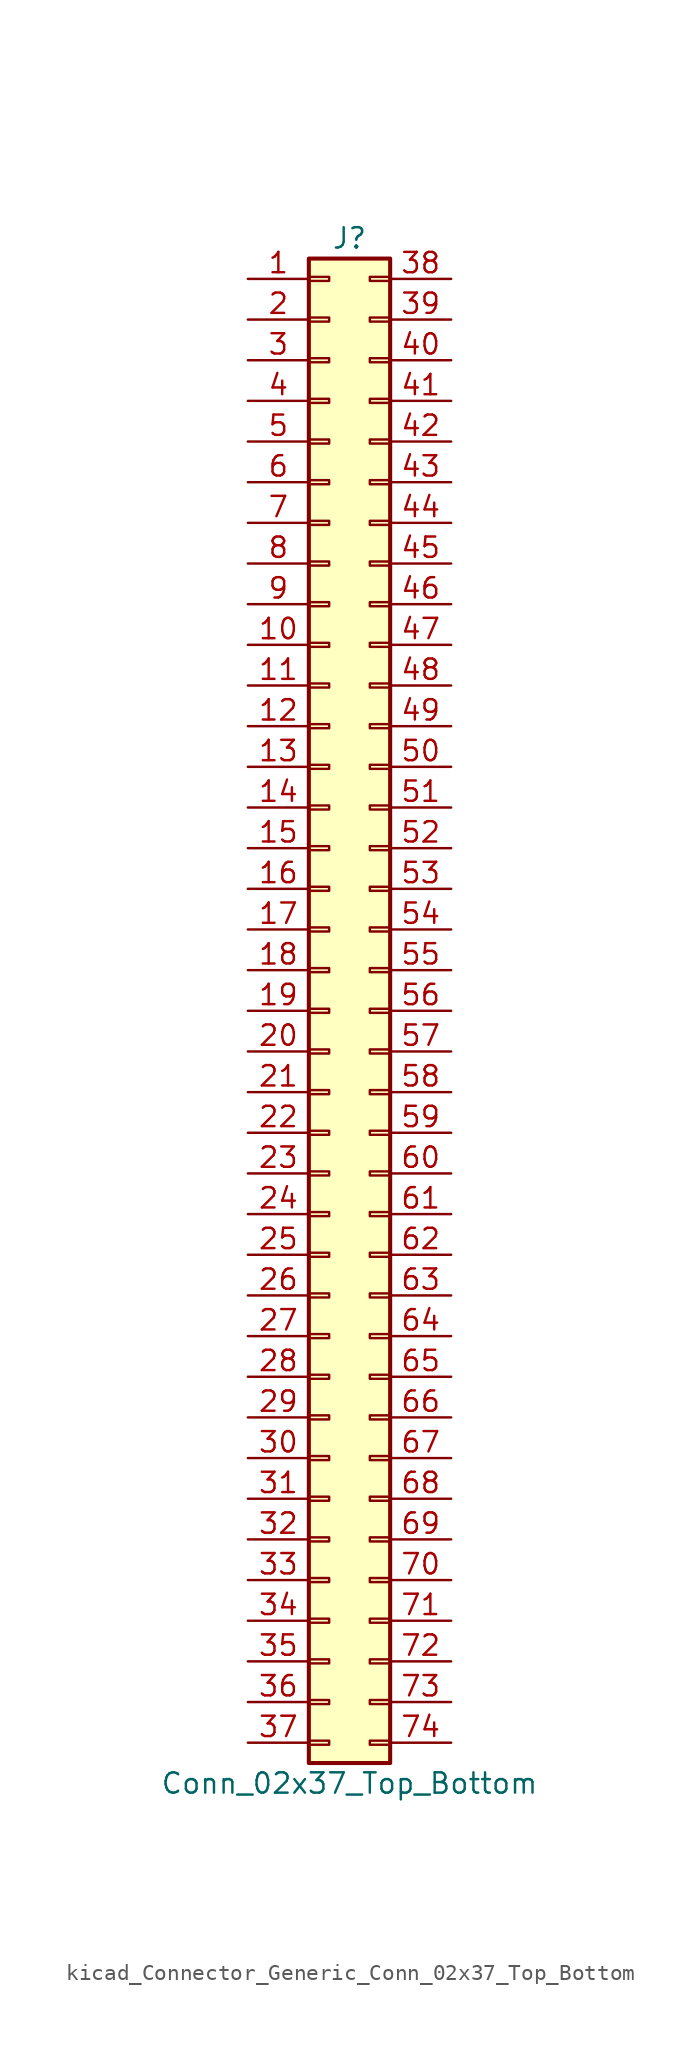
<source format=kicad_sym>
(kicad_symbol_lib
  (version 20220914)
  (generator kicad_symbol_editor)
  (symbol "kicad_Connector_Generic_Conn_02x37_Top_Bottom"
    (pin_names
      (offset 1.016) hide)
    (property "Reference" "J"
      (at 1.27 48.26 0)
      (effects (font (size 1.27 1.27))))
    (property "Value" "Conn_02x37_Top_Bottom"
      (at 1.27 -48.26 0)
      (effects (font (size 1.27 1.27))))
    (symbol "kicad_Connector_Generic_Conn_02x37_Top_Bottom_1_1"
      (rectangle (start -1.27 -45.593) (end 0 -45.847) (stroke (width 0.152) (type default)) (fill (type none)))
      (rectangle (start -1.27 -43.053) (end 0 -43.307) (stroke (width 0.152) (type default)) (fill (type none)))
      (rectangle (start -1.27 -40.513) (end 0 -40.767) (stroke (width 0.152) (type default)) (fill (type none)))
      (rectangle (start -1.27 -37.973) (end 0 -38.227) (stroke (width 0.152) (type default)) (fill (type none)))
      (rectangle (start -1.27 -35.433) (end 0 -35.687) (stroke (width 0.152) (type default)) (fill (type none)))
      (rectangle (start -1.27 -32.893) (end 0 -33.147) (stroke (width 0.152) (type default)) (fill (type none)))
      (rectangle (start -1.27 -30.353) (end 0 -30.607) (stroke (width 0.152) (type default)) (fill (type none)))
      (rectangle (start -1.27 -27.813) (end 0 -28.067) (stroke (width 0.152) (type default)) (fill (type none)))
      (rectangle (start -1.27 -25.273) (end 0 -25.527) (stroke (width 0.152) (type default)) (fill (type none)))
      (rectangle (start -1.27 -22.733) (end 0 -22.987) (stroke (width 0.152) (type default)) (fill (type none)))
      (rectangle (start -1.27 -20.193) (end 0 -20.447) (stroke (width 0.152) (type default)) (fill (type none)))
      (rectangle (start -1.27 -17.653) (end 0 -17.907) (stroke (width 0.152) (type default)) (fill (type none)))
      (rectangle (start -1.27 -15.113) (end 0 -15.367) (stroke (width 0.152) (type default)) (fill (type none)))
      (rectangle (start -1.27 -12.573) (end 0 -12.827) (stroke (width 0.152) (type default)) (fill (type none)))
      (rectangle (start -1.27 -10.033) (end 0 -10.287) (stroke (width 0.152) (type default)) (fill (type none)))
      (rectangle (start -1.27 -7.493) (end 0 -7.747) (stroke (width 0.152) (type default)) (fill (type none)))
      (rectangle (start -1.27 -4.953) (end 0 -5.207) (stroke (width 0.152) (type default)) (fill (type none)))
      (rectangle (start -1.27 -2.413) (end 0 -2.667) (stroke (width 0.152) (type default)) (fill (type none)))
      (rectangle (start -1.27 0.127) (end 0 -0.127) (stroke (width 0.152) (type default)) (fill (type none)))
      (rectangle (start -1.27 2.667) (end 0 2.413) (stroke (width 0.152) (type default)) (fill (type none)))
      (rectangle (start -1.27 5.207) (end 0 4.953) (stroke (width 0.152) (type default)) (fill (type none)))
      (rectangle (start -1.27 7.747) (end 0 7.493) (stroke (width 0.152) (type default)) (fill (type none)))
      (rectangle (start -1.27 10.287) (end 0 10.033) (stroke (width 0.152) (type default)) (fill (type none)))
      (rectangle (start -1.27 12.827) (end 0 12.573) (stroke (width 0.152) (type default)) (fill (type none)))
      (rectangle (start -1.27 15.367) (end 0 15.113) (stroke (width 0.152) (type default)) (fill (type none)))
      (rectangle (start -1.27 17.907) (end 0 17.653) (stroke (width 0.152) (type default)) (fill (type none)))
      (rectangle (start -1.27 20.447) (end 0 20.193) (stroke (width 0.152) (type default)) (fill (type none)))
      (rectangle (start -1.27 22.987) (end 0 22.733) (stroke (width 0.152) (type default)) (fill (type none)))
      (rectangle (start -1.27 25.527) (end 0 25.273) (stroke (width 0.152) (type default)) (fill (type none)))
      (rectangle (start -1.27 28.067) (end 0 27.813) (stroke (width 0.152) (type default)) (fill (type none)))
      (rectangle (start -1.27 30.607) (end 0 30.353) (stroke (width 0.152) (type default)) (fill (type none)))
      (rectangle (start -1.27 33.147) (end 0 32.893) (stroke (width 0.152) (type default)) (fill (type none)))
      (rectangle (start -1.27 35.687) (end 0 35.433) (stroke (width 0.152) (type default)) (fill (type none)))
      (rectangle (start -1.27 38.227) (end 0 37.973) (stroke (width 0.152) (type default)) (fill (type none)))
      (rectangle (start -1.27 40.767) (end 0 40.513) (stroke (width 0.152) (type default)) (fill (type none)))
      (rectangle (start -1.27 43.307) (end 0 43.053) (stroke (width 0.152) (type default)) (fill (type none)))
      (rectangle (start -1.27 45.847) (end 0 45.593) (stroke (width 0.152) (type default)) (fill (type none)))
      (rectangle (start -1.27 46.99) (end 3.81 -46.99) (stroke (width 0.254) (type default)) (fill (type background)))
      (rectangle (start 3.81 -45.593) (end 2.54 -45.847) (stroke (width 0.152) (type default)) (fill (type none)))
      (rectangle (start 3.81 -43.053) (end 2.54 -43.307) (stroke (width 0.152) (type default)) (fill (type none)))
      (rectangle (start 3.81 -40.513) (end 2.54 -40.767) (stroke (width 0.152) (type default)) (fill (type none)))
      (rectangle (start 3.81 -37.973) (end 2.54 -38.227) (stroke (width 0.152) (type default)) (fill (type none)))
      (rectangle (start 3.81 -35.433) (end 2.54 -35.687) (stroke (width 0.152) (type default)) (fill (type none)))
      (rectangle (start 3.81 -32.893) (end 2.54 -33.147) (stroke (width 0.152) (type default)) (fill (type none)))
      (rectangle (start 3.81 -30.353) (end 2.54 -30.607) (stroke (width 0.152) (type default)) (fill (type none)))
      (rectangle (start 3.81 -27.813) (end 2.54 -28.067) (stroke (width 0.152) (type default)) (fill (type none)))
      (rectangle (start 3.81 -25.273) (end 2.54 -25.527) (stroke (width 0.152) (type default)) (fill (type none)))
      (rectangle (start 3.81 -22.733) (end 2.54 -22.987) (stroke (width 0.152) (type default)) (fill (type none)))
      (rectangle (start 3.81 -20.193) (end 2.54 -20.447) (stroke (width 0.152) (type default)) (fill (type none)))
      (rectangle (start 3.81 -17.653) (end 2.54 -17.907) (stroke (width 0.152) (type default)) (fill (type none)))
      (rectangle (start 3.81 -15.113) (end 2.54 -15.367) (stroke (width 0.152) (type default)) (fill (type none)))
      (rectangle (start 3.81 -12.573) (end 2.54 -12.827) (stroke (width 0.152) (type default)) (fill (type none)))
      (rectangle (start 3.81 -10.033) (end 2.54 -10.287) (stroke (width 0.152) (type default)) (fill (type none)))
      (rectangle (start 3.81 -7.493) (end 2.54 -7.747) (stroke (width 0.152) (type default)) (fill (type none)))
      (rectangle (start 3.81 -4.953) (end 2.54 -5.207) (stroke (width 0.152) (type default)) (fill (type none)))
      (rectangle (start 3.81 -2.413) (end 2.54 -2.667) (stroke (width 0.152) (type default)) (fill (type none)))
      (rectangle (start 3.81 0.127) (end 2.54 -0.127) (stroke (width 0.152) (type default)) (fill (type none)))
      (rectangle (start 3.81 2.667) (end 2.54 2.413) (stroke (width 0.152) (type default)) (fill (type none)))
      (rectangle (start 3.81 5.207) (end 2.54 4.953) (stroke (width 0.152) (type default)) (fill (type none)))
      (rectangle (start 3.81 7.747) (end 2.54 7.493) (stroke (width 0.152) (type default)) (fill (type none)))
      (rectangle (start 3.81 10.287) (end 2.54 10.033) (stroke (width 0.152) (type default)) (fill (type none)))
      (rectangle (start 3.81 12.827) (end 2.54 12.573) (stroke (width 0.152) (type default)) (fill (type none)))
      (rectangle (start 3.81 15.367) (end 2.54 15.113) (stroke (width 0.152) (type default)) (fill (type none)))
      (rectangle (start 3.81 17.907) (end 2.54 17.653) (stroke (width 0.152) (type default)) (fill (type none)))
      (rectangle (start 3.81 20.447) (end 2.54 20.193) (stroke (width 0.152) (type default)) (fill (type none)))
      (rectangle (start 3.81 22.987) (end 2.54 22.733) (stroke (width 0.152) (type default)) (fill (type none)))
      (rectangle (start 3.81 25.527) (end 2.54 25.273) (stroke (width 0.152) (type default)) (fill (type none)))
      (rectangle (start 3.81 28.067) (end 2.54 27.813) (stroke (width 0.152) (type default)) (fill (type none)))
      (rectangle (start 3.81 30.607) (end 2.54 30.353) (stroke (width 0.152) (type default)) (fill (type none)))
      (rectangle (start 3.81 33.147) (end 2.54 32.893) (stroke (width 0.152) (type default)) (fill (type none)))
      (rectangle (start 3.81 35.687) (end 2.54 35.433) (stroke (width 0.152) (type default)) (fill (type none)))
      (rectangle (start 3.81 38.227) (end 2.54 37.973) (stroke (width 0.152) (type default)) (fill (type none)))
      (rectangle (start 3.81 40.767) (end 2.54 40.513) (stroke (width 0.152) (type default)) (fill (type none)))
      (rectangle (start 3.81 43.307) (end 2.54 43.053) (stroke (width 0.152) (type default)) (fill (type none)))
      (rectangle (start 3.81 45.847) (end 2.54 45.593) (stroke (width 0.152) (type default)) (fill (type none)))
      (pin passive line (at -5.08 45.72 0) (length 3.81) (name "Pin_1" (effects (font (size 1.27 1.27)))) (number "1" (effects (font (size 1.27 1.27)))))
      (pin passive line (at -5.08 22.86 0) (length 3.81) (name "Pin_10" (effects (font (size 1.27 1.27)))) (number "10" (effects (font (size 1.27 1.27)))))
      (pin passive line (at -5.08 20.32 0) (length 3.81) (name "Pin_11" (effects (font (size 1.27 1.27)))) (number "11" (effects (font (size 1.27 1.27)))))
      (pin passive line (at -5.08 17.78 0) (length 3.81) (name "Pin_12" (effects (font (size 1.27 1.27)))) (number "12" (effects (font (size 1.27 1.27)))))
      (pin passive line (at -5.08 15.24 0) (length 3.81) (name "Pin_13" (effects (font (size 1.27 1.27)))) (number "13" (effects (font (size 1.27 1.27)))))
      (pin passive line (at -5.08 12.7 0) (length 3.81) (name "Pin_14" (effects (font (size 1.27 1.27)))) (number "14" (effects (font (size 1.27 1.27)))))
      (pin passive line (at -5.08 10.16 0) (length 3.81) (name "Pin_15" (effects (font (size 1.27 1.27)))) (number "15" (effects (font (size 1.27 1.27)))))
      (pin passive line (at -5.08 7.62 0) (length 3.81) (name "Pin_16" (effects (font (size 1.27 1.27)))) (number "16" (effects (font (size 1.27 1.27)))))
      (pin passive line (at -5.08 5.08 0) (length 3.81) (name "Pin_17" (effects (font (size 1.27 1.27)))) (number "17" (effects (font (size 1.27 1.27)))))
      (pin passive line (at -5.08 2.54 0) (length 3.81) (name "Pin_18" (effects (font (size 1.27 1.27)))) (number "18" (effects (font (size 1.27 1.27)))))
      (pin passive line (at -5.08 0 0) (length 3.81) (name "Pin_19" (effects (font (size 1.27 1.27)))) (number "19" (effects (font (size 1.27 1.27)))))
      (pin passive line (at -5.08 43.18 0) (length 3.81) (name "Pin_2" (effects (font (size 1.27 1.27)))) (number "2" (effects (font (size 1.27 1.27)))))
      (pin passive line (at -5.08 -2.54 0) (length 3.81) (name "Pin_20" (effects (font (size 1.27 1.27)))) (number "20" (effects (font (size 1.27 1.27)))))
      (pin passive line (at -5.08 -5.08 0) (length 3.81) (name "Pin_21" (effects (font (size 1.27 1.27)))) (number "21" (effects (font (size 1.27 1.27)))))
      (pin passive line (at -5.08 -7.62 0) (length 3.81) (name "Pin_22" (effects (font (size 1.27 1.27)))) (number "22" (effects (font (size 1.27 1.27)))))
      (pin passive line (at -5.08 -10.16 0) (length 3.81) (name "Pin_23" (effects (font (size 1.27 1.27)))) (number "23" (effects (font (size 1.27 1.27)))))
      (pin passive line (at -5.08 -12.7 0) (length 3.81) (name "Pin_24" (effects (font (size 1.27 1.27)))) (number "24" (effects (font (size 1.27 1.27)))))
      (pin passive line (at -5.08 -15.24 0) (length 3.81) (name "Pin_25" (effects (font (size 1.27 1.27)))) (number "25" (effects (font (size 1.27 1.27)))))
      (pin passive line (at -5.08 -17.78 0) (length 3.81) (name "Pin_26" (effects (font (size 1.27 1.27)))) (number "26" (effects (font (size 1.27 1.27)))))
      (pin passive line (at -5.08 -20.32 0) (length 3.81) (name "Pin_27" (effects (font (size 1.27 1.27)))) (number "27" (effects (font (size 1.27 1.27)))))
      (pin passive line (at -5.08 -22.86 0) (length 3.81) (name "Pin_28" (effects (font (size 1.27 1.27)))) (number "28" (effects (font (size 1.27 1.27)))))
      (pin passive line (at -5.08 -25.4 0) (length 3.81) (name "Pin_29" (effects (font (size 1.27 1.27)))) (number "29" (effects (font (size 1.27 1.27)))))
      (pin passive line (at -5.08 40.64 0) (length 3.81) (name "Pin_3" (effects (font (size 1.27 1.27)))) (number "3" (effects (font (size 1.27 1.27)))))
      (pin passive line (at -5.08 -27.94 0) (length 3.81) (name "Pin_30" (effects (font (size 1.27 1.27)))) (number "30" (effects (font (size 1.27 1.27)))))
      (pin passive line (at -5.08 -30.48 0) (length 3.81) (name "Pin_31" (effects (font (size 1.27 1.27)))) (number "31" (effects (font (size 1.27 1.27)))))
      (pin passive line (at -5.08 -33.02 0) (length 3.81) (name "Pin_32" (effects (font (size 1.27 1.27)))) (number "32" (effects (font (size 1.27 1.27)))))
      (pin passive line (at -5.08 -35.56 0) (length 3.81) (name "Pin_33" (effects (font (size 1.27 1.27)))) (number "33" (effects (font (size 1.27 1.27)))))
      (pin passive line (at -5.08 -38.1 0) (length 3.81) (name "Pin_34" (effects (font (size 1.27 1.27)))) (number "34" (effects (font (size 1.27 1.27)))))
      (pin passive line (at -5.08 -40.64 0) (length 3.81) (name "Pin_35" (effects (font (size 1.27 1.27)))) (number "35" (effects (font (size 1.27 1.27)))))
      (pin passive line (at -5.08 -43.18 0) (length 3.81) (name "Pin_36" (effects (font (size 1.27 1.27)))) (number "36" (effects (font (size 1.27 1.27)))))
      (pin passive line (at -5.08 -45.72 0) (length 3.81) (name "Pin_37" (effects (font (size 1.27 1.27)))) (number "37" (effects (font (size 1.27 1.27)))))
      (pin passive line (at 7.62 45.72 180) (length 3.81) (name "Pin_38" (effects (font (size 1.27 1.27)))) (number "38" (effects (font (size 1.27 1.27)))))
      (pin passive line (at 7.62 43.18 180) (length 3.81) (name "Pin_39" (effects (font (size 1.27 1.27)))) (number "39" (effects (font (size 1.27 1.27)))))
      (pin passive line (at -5.08 38.1 0) (length 3.81) (name "Pin_4" (effects (font (size 1.27 1.27)))) (number "4" (effects (font (size 1.27 1.27)))))
      (pin passive line (at 7.62 40.64 180) (length 3.81) (name "Pin_40" (effects (font (size 1.27 1.27)))) (number "40" (effects (font (size 1.27 1.27)))))
      (pin passive line (at 7.62 38.1 180) (length 3.81) (name "Pin_41" (effects (font (size 1.27 1.27)))) (number "41" (effects (font (size 1.27 1.27)))))
      (pin passive line (at 7.62 35.56 180) (length 3.81) (name "Pin_42" (effects (font (size 1.27 1.27)))) (number "42" (effects (font (size 1.27 1.27)))))
      (pin passive line (at 7.62 33.02 180) (length 3.81) (name "Pin_43" (effects (font (size 1.27 1.27)))) (number "43" (effects (font (size 1.27 1.27)))))
      (pin passive line (at 7.62 30.48 180) (length 3.81) (name "Pin_44" (effects (font (size 1.27 1.27)))) (number "44" (effects (font (size 1.27 1.27)))))
      (pin passive line (at 7.62 27.94 180) (length 3.81) (name "Pin_45" (effects (font (size 1.27 1.27)))) (number "45" (effects (font (size 1.27 1.27)))))
      (pin passive line (at 7.62 25.4 180) (length 3.81) (name "Pin_46" (effects (font (size 1.27 1.27)))) (number "46" (effects (font (size 1.27 1.27)))))
      (pin passive line (at 7.62 22.86 180) (length 3.81) (name "Pin_47" (effects (font (size 1.27 1.27)))) (number "47" (effects (font (size 1.27 1.27)))))
      (pin passive line (at 7.62 20.32 180) (length 3.81) (name "Pin_48" (effects (font (size 1.27 1.27)))) (number "48" (effects (font (size 1.27 1.27)))))
      (pin passive line (at 7.62 17.78 180) (length 3.81) (name "Pin_49" (effects (font (size 1.27 1.27)))) (number "49" (effects (font (size 1.27 1.27)))))
      (pin passive line (at -5.08 35.56 0) (length 3.81) (name "Pin_5" (effects (font (size 1.27 1.27)))) (number "5" (effects (font (size 1.27 1.27)))))
      (pin passive line (at 7.62 15.24 180) (length 3.81) (name "Pin_50" (effects (font (size 1.27 1.27)))) (number "50" (effects (font (size 1.27 1.27)))))
      (pin passive line (at 7.62 12.7 180) (length 3.81) (name "Pin_51" (effects (font (size 1.27 1.27)))) (number "51" (effects (font (size 1.27 1.27)))))
      (pin passive line (at 7.62 10.16 180) (length 3.81) (name "Pin_52" (effects (font (size 1.27 1.27)))) (number "52" (effects (font (size 1.27 1.27)))))
      (pin passive line (at 7.62 7.62 180) (length 3.81) (name "Pin_53" (effects (font (size 1.27 1.27)))) (number "53" (effects (font (size 1.27 1.27)))))
      (pin passive line (at 7.62 5.08 180) (length 3.81) (name "Pin_54" (effects (font (size 1.27 1.27)))) (number "54" (effects (font (size 1.27 1.27)))))
      (pin passive line (at 7.62 2.54 180) (length 3.81) (name "Pin_55" (effects (font (size 1.27 1.27)))) (number "55" (effects (font (size 1.27 1.27)))))
      (pin passive line (at 7.62 0 180) (length 3.81) (name "Pin_56" (effects (font (size 1.27 1.27)))) (number "56" (effects (font (size 1.27 1.27)))))
      (pin passive line (at 7.62 -2.54 180) (length 3.81) (name "Pin_57" (effects (font (size 1.27 1.27)))) (number "57" (effects (font (size 1.27 1.27)))))
      (pin passive line (at 7.62 -5.08 180) (length 3.81) (name "Pin_58" (effects (font (size 1.27 1.27)))) (number "58" (effects (font (size 1.27 1.27)))))
      (pin passive line (at 7.62 -7.62 180) (length 3.81) (name "Pin_59" (effects (font (size 1.27 1.27)))) (number "59" (effects (font (size 1.27 1.27)))))
      (pin passive line (at -5.08 33.02 0) (length 3.81) (name "Pin_6" (effects (font (size 1.27 1.27)))) (number "6" (effects (font (size 1.27 1.27)))))
      (pin passive line (at 7.62 -10.16 180) (length 3.81) (name "Pin_60" (effects (font (size 1.27 1.27)))) (number "60" (effects (font (size 1.27 1.27)))))
      (pin passive line (at 7.62 -12.7 180) (length 3.81) (name "Pin_61" (effects (font (size 1.27 1.27)))) (number "61" (effects (font (size 1.27 1.27)))))
      (pin passive line (at 7.62 -15.24 180) (length 3.81) (name "Pin_62" (effects (font (size 1.27 1.27)))) (number "62" (effects (font (size 1.27 1.27)))))
      (pin passive line (at 7.62 -17.78 180) (length 3.81) (name "Pin_63" (effects (font (size 1.27 1.27)))) (number "63" (effects (font (size 1.27 1.27)))))
      (pin passive line (at 7.62 -20.32 180) (length 3.81) (name "Pin_64" (effects (font (size 1.27 1.27)))) (number "64" (effects (font (size 1.27 1.27)))))
      (pin passive line (at 7.62 -22.86 180) (length 3.81) (name "Pin_65" (effects (font (size 1.27 1.27)))) (number "65" (effects (font (size 1.27 1.27)))))
      (pin passive line (at 7.62 -25.4 180) (length 3.81) (name "Pin_66" (effects (font (size 1.27 1.27)))) (number "66" (effects (font (size 1.27 1.27)))))
      (pin passive line (at 7.62 -27.94 180) (length 3.81) (name "Pin_67" (effects (font (size 1.27 1.27)))) (number "67" (effects (font (size 1.27 1.27)))))
      (pin passive line (at 7.62 -30.48 180) (length 3.81) (name "Pin_68" (effects (font (size 1.27 1.27)))) (number "68" (effects (font (size 1.27 1.27)))))
      (pin passive line (at 7.62 -33.02 180) (length 3.81) (name "Pin_69" (effects (font (size 1.27 1.27)))) (number "69" (effects (font (size 1.27 1.27)))))
      (pin passive line (at -5.08 30.48 0) (length 3.81) (name "Pin_7" (effects (font (size 1.27 1.27)))) (number "7" (effects (font (size 1.27 1.27)))))
      (pin passive line (at 7.62 -35.56 180) (length 3.81) (name "Pin_70" (effects (font (size 1.27 1.27)))) (number "70" (effects (font (size 1.27 1.27)))))
      (pin passive line (at 7.62 -38.1 180) (length 3.81) (name "Pin_71" (effects (font (size 1.27 1.27)))) (number "71" (effects (font (size 1.27 1.27)))))
      (pin passive line (at 7.62 -40.64 180) (length 3.81) (name "Pin_72" (effects (font (size 1.27 1.27)))) (number "72" (effects (font (size 1.27 1.27)))))
      (pin passive line (at 7.62 -43.18 180) (length 3.81) (name "Pin_73" (effects (font (size 1.27 1.27)))) (number "73" (effects (font (size 1.27 1.27)))))
      (pin passive line (at 7.62 -45.72 180) (length 3.81) (name "Pin_74" (effects (font (size 1.27 1.27)))) (number "74" (effects (font (size 1.27 1.27)))))
      (pin passive line (at -5.08 27.94 0) (length 3.81) (name "Pin_8" (effects (font (size 1.27 1.27)))) (number "8" (effects (font (size 1.27 1.27)))))
      (pin passive line (at -5.08 25.4 0) (length 3.81) (name "Pin_9" (effects (font (size 1.27 1.27)))) (number "9" (effects (font (size 1.27 1.27))))))))
</source>
